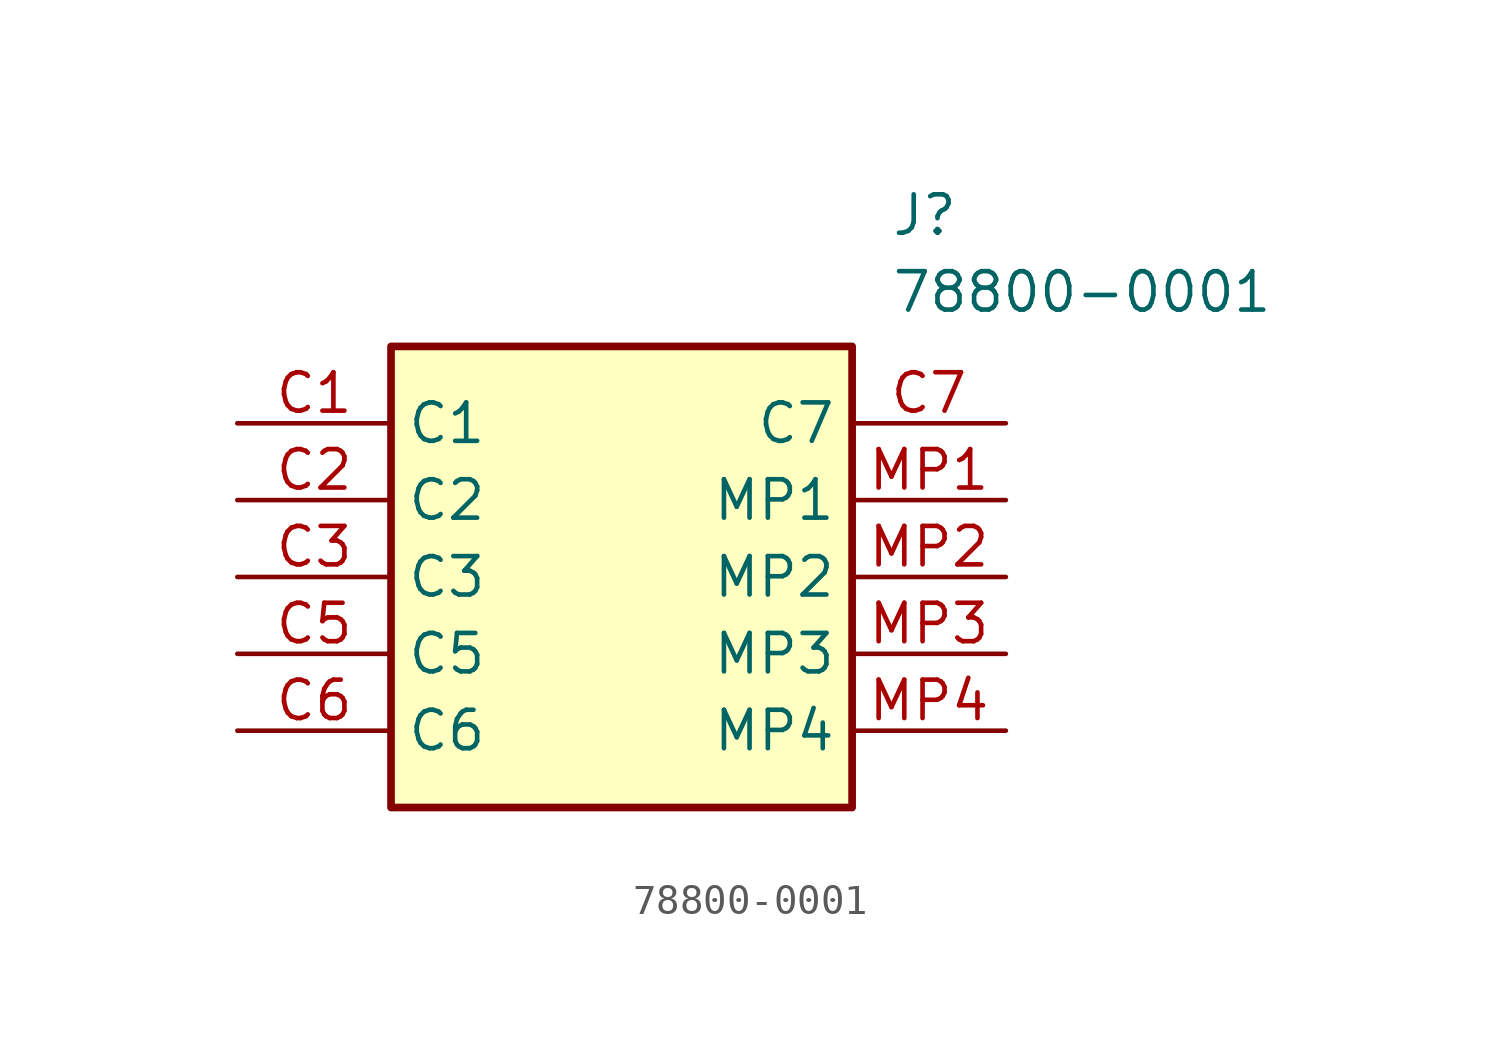
<source format=kicad_sym>
(kicad_symbol_lib
  (version 20211014)
  (generator SamacSys_ECAD_Model)
  (symbol "78800-0001"
    (property "Reference" "J"
      (at 21.59 7.62 0)
      (effects (font (size 1.27 1.27)) (justify left top)))
    (property "Value" "78800-0001"
      (at 21.59 5.08 0)
      (effects (font (size 1.27 1.27)) (justify left top)))
    (rectangle
      (start 5.08 2.54)
      (end 20.32 -12.7)
      (stroke (width 0.254) (type default))
      (fill (type background)))
    (pin passive line
      (at 0 0 0)
      (length 5.08)
      (name "C1" (effects (font (size 1.27 1.27))))
      (number "C1" (effects (font (size 1.27 1.27)))))
    (pin passive line
      (at 0 -2.54 0)
      (length 5.08)
      (name "C2" (effects (font (size 1.27 1.27))))
      (number "C2" (effects (font (size 1.27 1.27)))))
    (pin passive line
      (at 0 -5.08 0)
      (length 5.08)
      (name "C3" (effects (font (size 1.27 1.27))))
      (number "C3" (effects (font (size 1.27 1.27)))))
    (pin passive line
      (at 0 -7.62 0)
      (length 5.08)
      (name "C5" (effects (font (size 1.27 1.27))))
      (number "C5" (effects (font (size 1.27 1.27)))))
    (pin passive line
      (at 0 -10.16 0)
      (length 5.08)
      (name "C6" (effects (font (size 1.27 1.27))))
      (number "C6" (effects (font (size 1.27 1.27)))))
    (pin passive line
      (at 25.4 0 180)
      (length 5.08)
      (name "C7" (effects (font (size 1.27 1.27))))
      (number "C7" (effects (font (size 1.27 1.27)))))
    (pin passive line
      (at 25.4 -2.54 180)
      (length 5.08)
      (name "MP1" (effects (font (size 1.27 1.27))))
      (number "MP1" (effects (font (size 1.27 1.27)))))
    (pin passive line
      (at 25.4 -5.08 180)
      (length 5.08)
      (name "MP2" (effects (font (size 1.27 1.27))))
      (number "MP2" (effects (font (size 1.27 1.27)))))
    (pin passive line
      (at 25.4 -7.62 180)
      (length 5.08)
      (name "MP3" (effects (font (size 1.27 1.27))))
      (number "MP3" (effects (font (size 1.27 1.27)))))
    (pin passive line
      (at 25.4 -10.16 180)
      (length 5.08)
      (name "MP4" (effects (font (size 1.27 1.27))))
      (number "MP4" (effects (font (size 1.27 1.27)))))))
</source>
